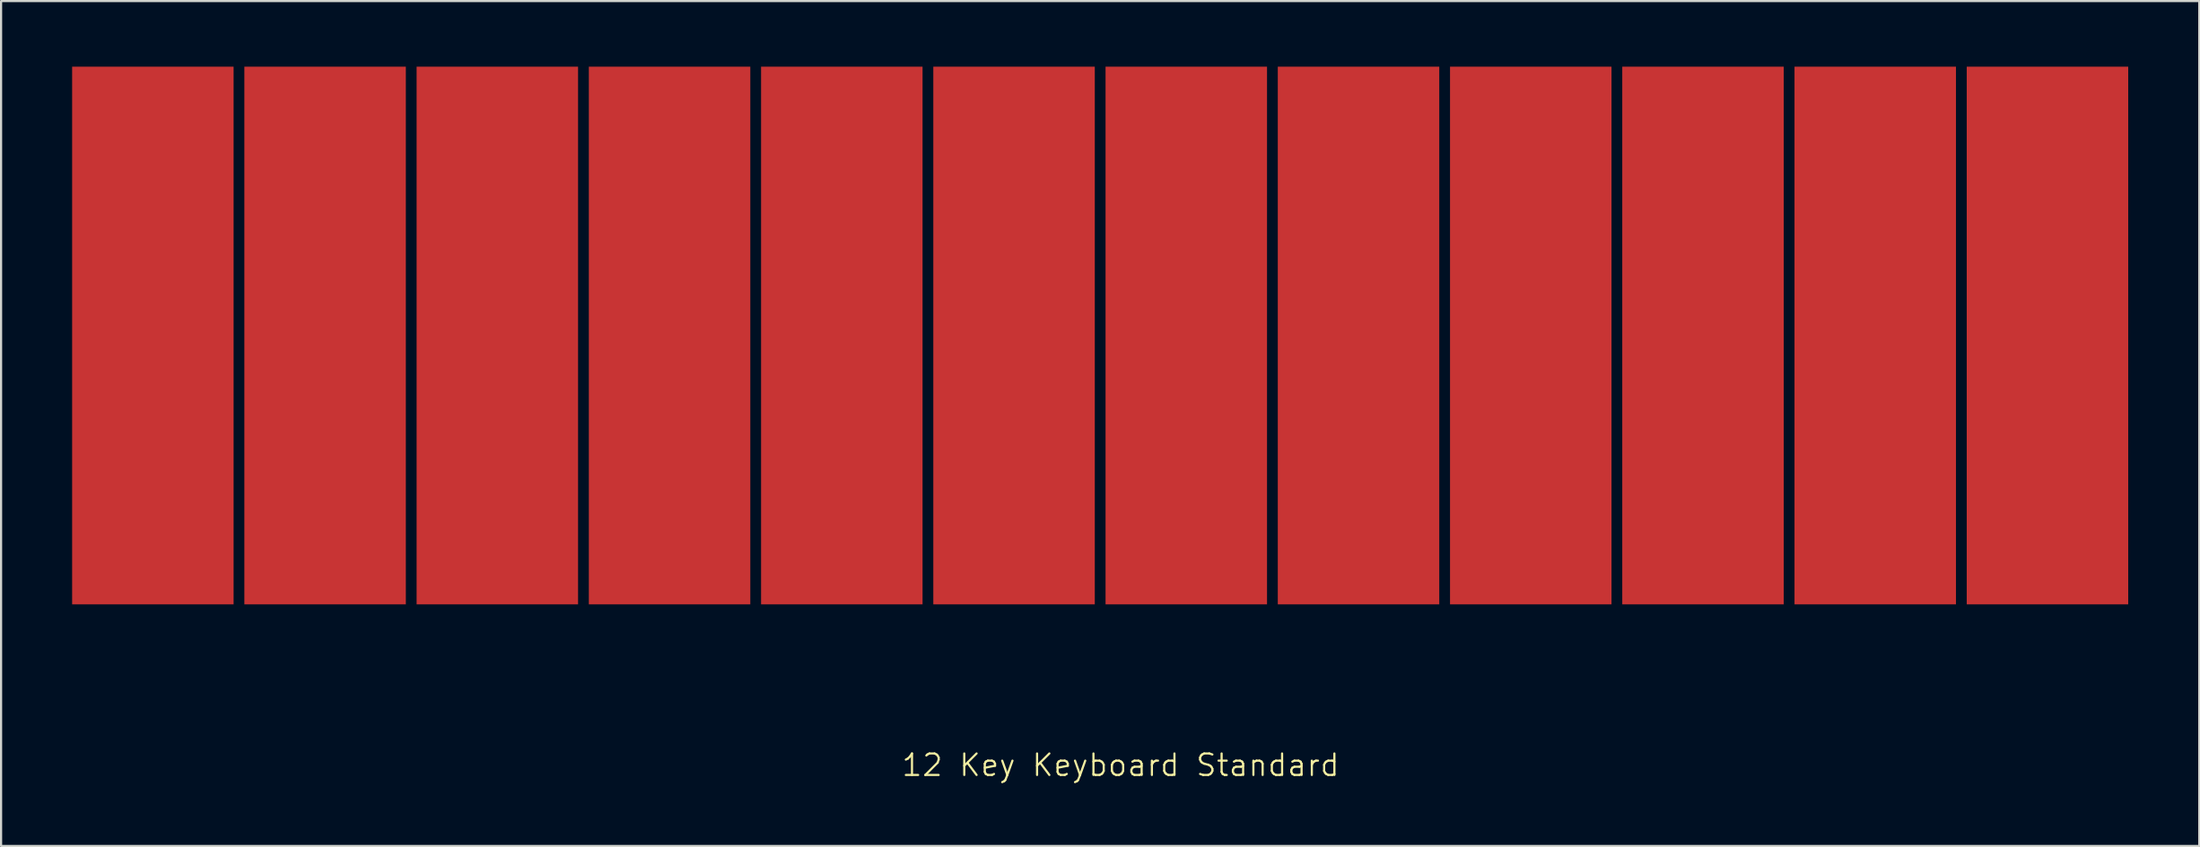
<source format=kicad_pcb>
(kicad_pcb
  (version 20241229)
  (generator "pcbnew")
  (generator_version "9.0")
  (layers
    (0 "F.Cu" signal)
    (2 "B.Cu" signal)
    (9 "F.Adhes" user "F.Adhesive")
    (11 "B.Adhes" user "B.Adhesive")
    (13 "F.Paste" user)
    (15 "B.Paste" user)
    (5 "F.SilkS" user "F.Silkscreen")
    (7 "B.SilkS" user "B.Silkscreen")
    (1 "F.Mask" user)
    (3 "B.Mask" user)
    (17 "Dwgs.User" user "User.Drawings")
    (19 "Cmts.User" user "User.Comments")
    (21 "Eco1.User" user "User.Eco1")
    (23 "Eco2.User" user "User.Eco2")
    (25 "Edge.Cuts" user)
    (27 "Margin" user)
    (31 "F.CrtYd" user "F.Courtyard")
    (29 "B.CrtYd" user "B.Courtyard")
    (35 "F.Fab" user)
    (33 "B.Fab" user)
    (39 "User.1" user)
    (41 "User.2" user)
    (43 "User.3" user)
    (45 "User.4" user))
  (footprint "12 Key Keyboard Standard"
    (layer "F.Cu")
    (at 48.05 12.55)
    (property "Reference" "12 Key Keyboard Standard" (at 0.95 19.975 0) (unlocked yes) (layer "F.SilkS") (effects (font (size 1 1) (thickness 0.1))))
    (attr smd)
    (fp_rect (start -48 -12.5) (end 48 12.5) (stroke (width 0.1) (type default)) (fill no) (layer "User.1"))
    (pad "1" smd rect (at -44 0) (size 7.5 25) (layers "F.Cu" "F.Mask" "F.Paste"))
    (pad "2" smd rect (at -36 0) (size 7.5 25) (layers "F.Cu" "F.Mask" "F.Paste"))
    (pad "3" smd rect (at -28 0) (size 7.5 25) (layers "F.Cu" "F.Mask" "F.Paste"))
    (pad "4" smd rect (at -20 0) (size 7.5 25) (layers "F.Cu" "F.Mask" "F.Paste"))
    (pad "5" smd rect (at -12 0) (size 7.5 25) (layers "F.Cu" "F.Mask" "F.Paste"))
    (pad "6" smd rect (at -4 0) (size 7.5 25) (layers "F.Cu" "F.Mask" "F.Paste"))
    (pad "7" smd rect (at 4 0) (size 7.5 25) (layers "F.Cu" "F.Mask" "F.Paste"))
    (pad "8" smd rect (at 12 0) (size 7.5 25) (layers "F.Cu" "F.Mask" "F.Paste"))
    (pad "9" smd rect (at 20 0) (size 7.5 25) (layers "F.Cu" "F.Mask" "F.Paste"))
    (pad "10" smd rect (at 28 0) (size 7.5 25) (layers "F.Cu" "F.Mask" "F.Paste"))
    (pad "11" smd rect (at 36 0) (size 7.5 25) (layers "F.Cu" "F.Mask" "F.Paste"))
    (pad "12" smd rect (at 44 0) (size 7.5 25) (layers "F.Cu" "F.Mask" "F.Paste")))
  (gr_rect
    (start -3 -3)
    (end 99.1 36.285)
    (stroke (width 0.1) (type default))
    (fill no)
    (layer "Edge.Cuts")))
</source>
